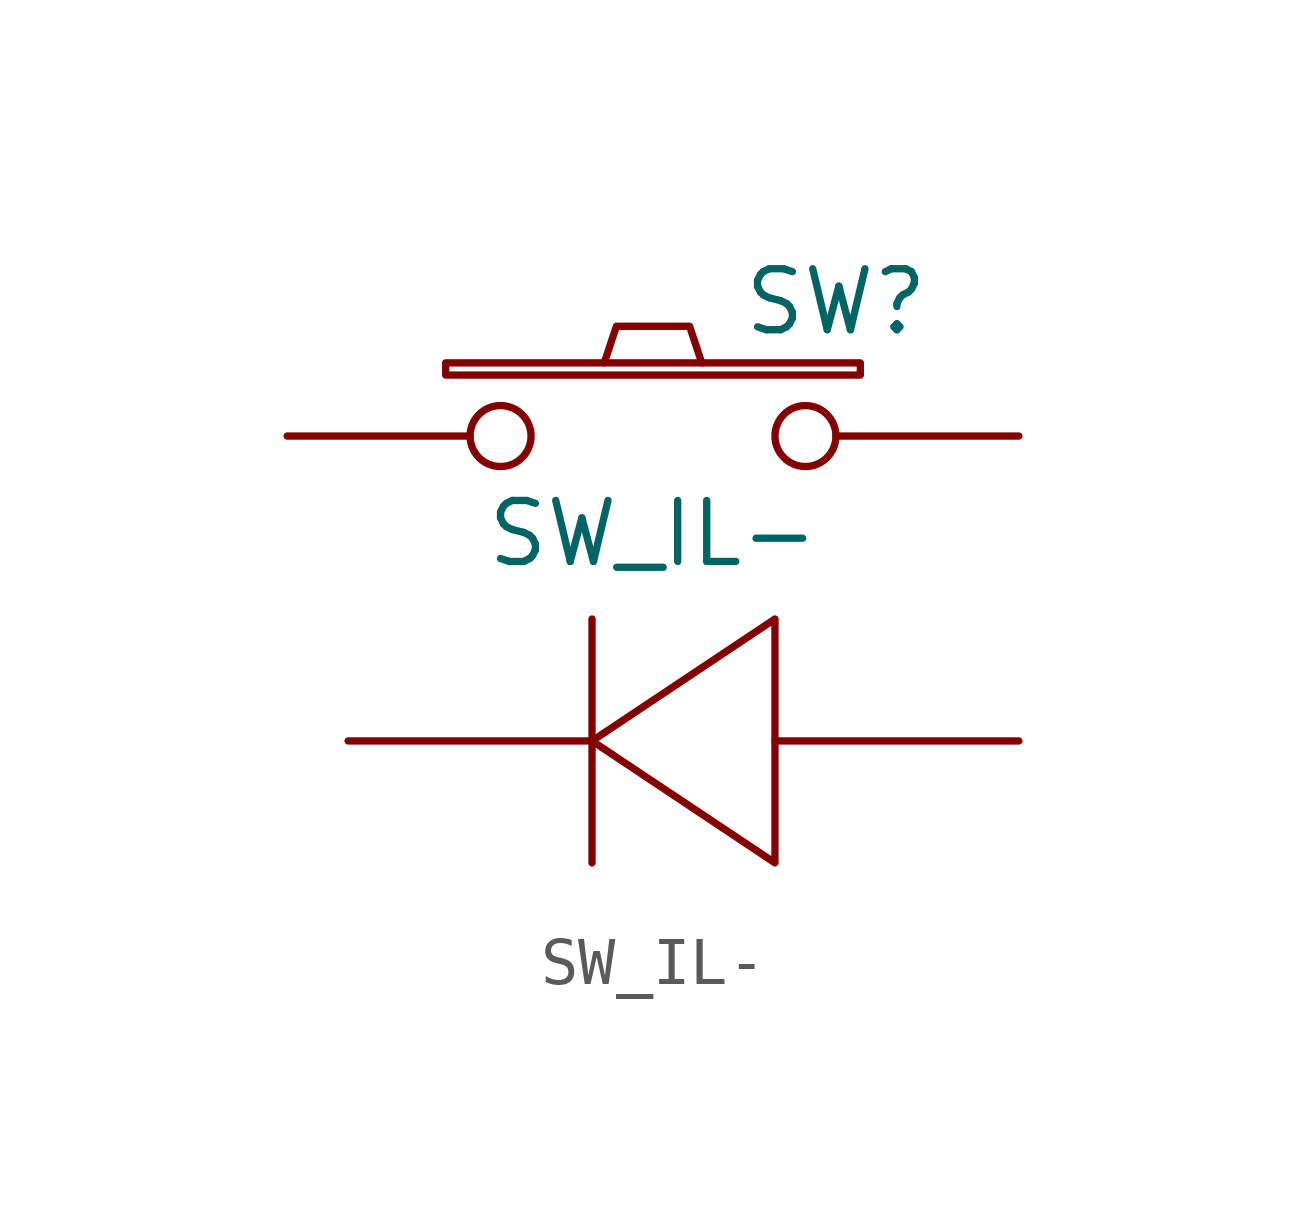
<source format=kicad_sym>
(kicad_symbol_lib
  (version 20220914)
  (generator kicad_symbol_editor)
  (symbol "SW_IL-"
    (pin_numbers hide)
    (pin_names
      (offset 1.016) hide)
    (property "Reference" "SW"
      (at 3.81 2.794 0)
      (effects (font (size 1.27 1.27))))
    (property "Value" "SW_IL-"
      (at 0 -2.032 0)
      (effects (font (size 1.27 1.27))))
    (property "Footprint" ""
      (at 0 0 0)
      (effects (font (size 1.27 1.27))))
    (property "Datasheet" ""
      (at 0 0 0)
      (effects (font (size 1.27 1.27))))
    (symbol "SW_IL-_0_1"
      (rectangle (start -4.318 1.27) (end 4.318 1.524) (stroke (width 0) (type solid)) (fill (type none)))
      (polyline (pts (xy -1.27 -3.81) (xy -1.27 -8.89)) (stroke (width 0) (type solid)) (fill (type none)))
      (polyline (pts (xy -1.016 1.524) (xy -0.762 2.286) (xy 0.762 2.286) (xy 1.016 1.524)) (stroke (width 0) (type solid)) (fill (type none)))
      (polyline (pts (xy 2.54 -3.81) (xy 2.54 -8.89) (xy -1.27 -6.35) (xy 2.54 -3.81)) (stroke (width 0) (type solid)) (fill (type none)))
      (pin passive inverted (at -7.62 0 0) (length 5.08) (name "~" (effects (font (size 1.27 1.27)))) (number "1" (effects (font (size 1.27 1.27)))))
      (pin passive inverted (at 7.62 0 180) (length 5.08) (name "~" (effects (font (size 1.27 1.27)))) (number "2" (effects (font (size 1.27 1.27)))))
      (pin passive line (at -6.35 -6.35 0) (length 5.08) (name "~" (effects (font (size 1.27 1.27)))) (number "3" (effects (font (size 1.27 1.27))))))
    (symbol "SW_IL-_1_1"
      (pin passive line (at 7.62 -6.35 180) (length 5.08) (name "~" (effects (font (size 1.27 1.27)))) (number "4" (effects (font (size 1.27 1.27))))))))
</source>
